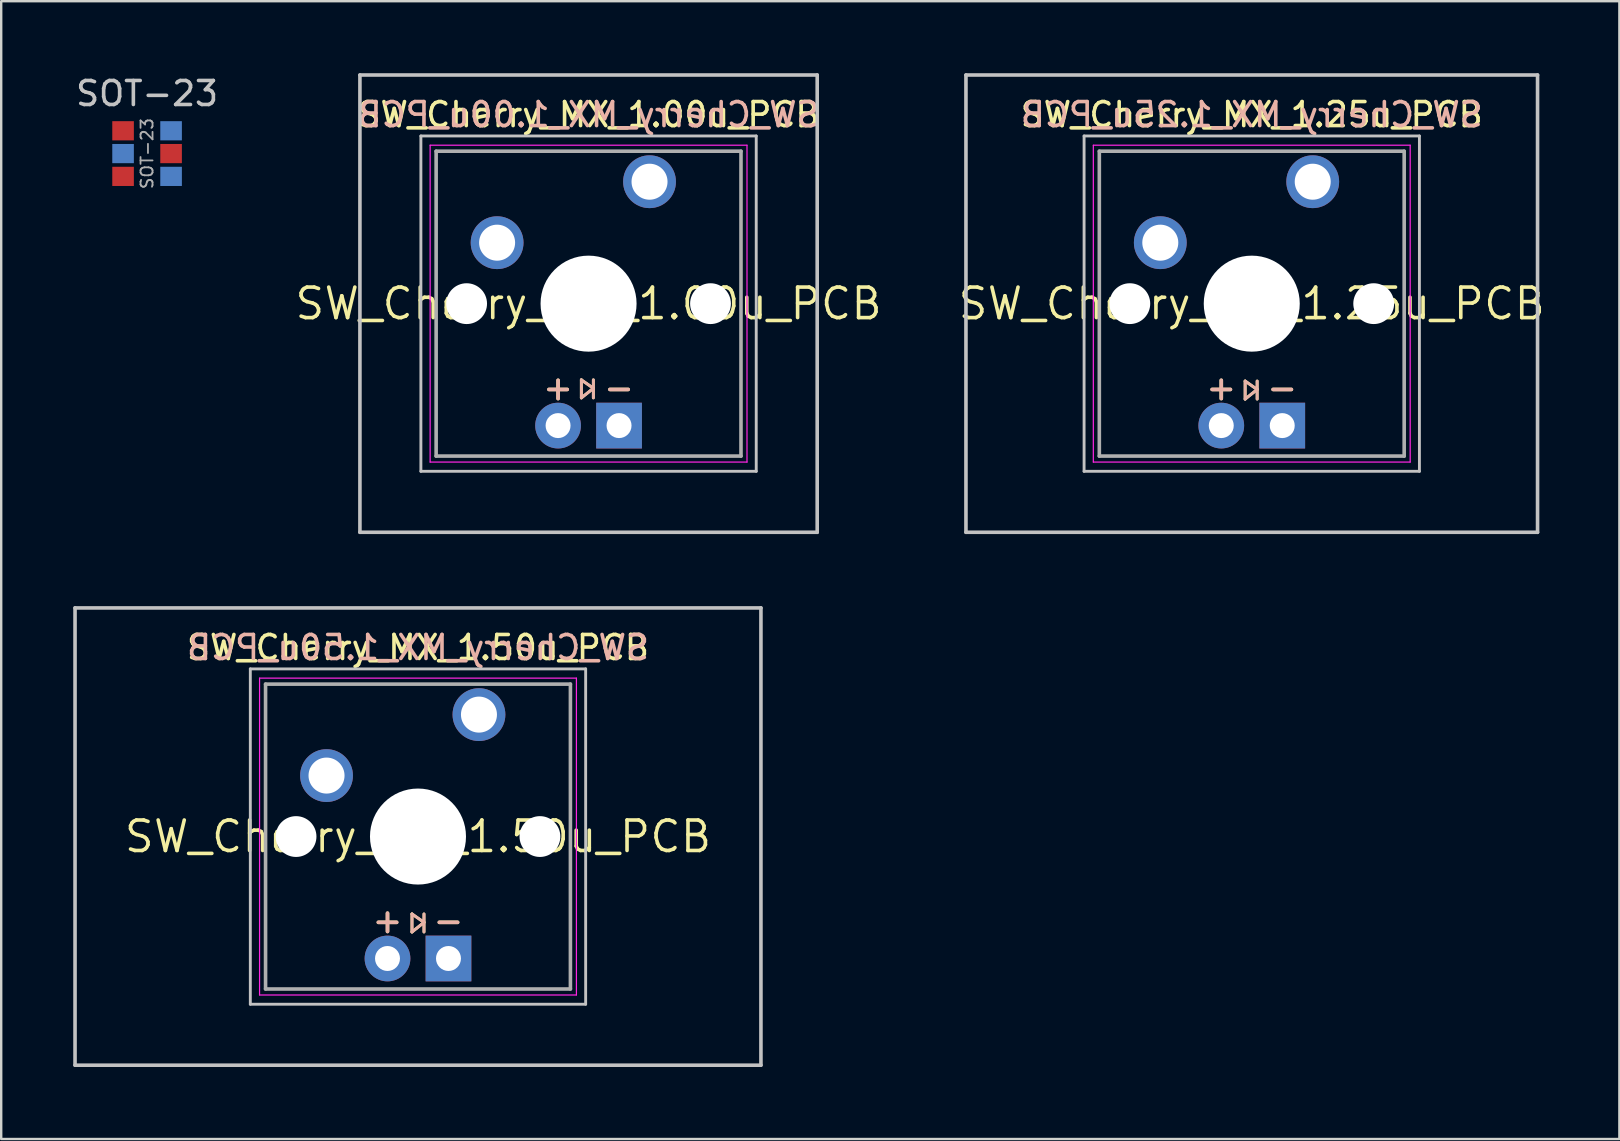
<source format=kicad_pcb>
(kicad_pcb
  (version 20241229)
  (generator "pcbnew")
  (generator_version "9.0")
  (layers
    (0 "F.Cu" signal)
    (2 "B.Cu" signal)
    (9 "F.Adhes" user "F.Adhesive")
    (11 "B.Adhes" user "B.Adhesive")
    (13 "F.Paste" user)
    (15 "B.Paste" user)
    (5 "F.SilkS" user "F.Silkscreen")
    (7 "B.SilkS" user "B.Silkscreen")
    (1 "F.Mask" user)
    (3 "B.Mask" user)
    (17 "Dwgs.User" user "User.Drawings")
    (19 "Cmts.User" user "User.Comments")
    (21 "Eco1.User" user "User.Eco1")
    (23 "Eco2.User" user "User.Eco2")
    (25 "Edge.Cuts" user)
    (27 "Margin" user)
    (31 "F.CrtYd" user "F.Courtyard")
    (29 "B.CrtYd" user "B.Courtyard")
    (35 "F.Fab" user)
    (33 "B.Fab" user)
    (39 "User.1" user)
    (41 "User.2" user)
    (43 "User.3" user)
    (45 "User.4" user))
  (footprint "SW_Cherry_MX_1.50u_PCB"
    (layer "F.Cu")
    (at 14.363 31.8)
    (property "Reference" "SW_Cherry_MX_1.50u_PCB" (at 0 0 0) (layer "F.SilkS") (effects (font (size 1.27 1.27) (thickness 0.15))))
    (attr through_hole)
    (fp_line (start -0.25 3.225) (end -0.25 3.975) (stroke (width 0.12) (type solid)) (layer "F.SilkS"))
    (fp_line (start -0.25 3.975) (end 0.25 3.575) (stroke (width 0.12) (type solid)) (layer "F.SilkS"))
    (fp_line (start 0.25 3.225) (end 0.25 3.975) (stroke (width 0.12) (type solid)) (layer "F.SilkS"))
    (fp_line (start 0.25 3.575) (end -0.25 3.225) (stroke (width 0.12) (type solid)) (layer "F.SilkS"))
    (fp_line (start -0.25 3.225) (end -0.25 3.975) (stroke (width 0.12) (type solid)) (layer "B.SilkS"))
    (fp_line (start -0.25 3.975) (end 0.25 3.575) (stroke (width 0.12) (type solid)) (layer "B.SilkS"))
    (fp_line (start 0.25 3.225) (end 0.25 3.975) (stroke (width 0.12) (type solid)) (layer "B.SilkS"))
    (fp_line (start 0.25 3.575) (end -0.25 3.225) (stroke (width 0.12) (type solid)) (layer "B.SilkS"))
    (fp_line (start -14.287 -9.525) (end 14.287 -9.525) (stroke (width 0.15) (type solid)) (layer "Dwgs.User"))
    (fp_line (start -14.287 9.525) (end -14.287 -9.525) (stroke (width 0.15) (type solid)) (layer "Dwgs.User"))
    (fp_line (start -6.985 -6.985) (end 6.985 -6.985) (stroke (width 0.12) (type solid)) (layer "Dwgs.User"))
    (fp_line (start -6.985 6.985) (end -6.985 -6.985) (stroke (width 0.12) (type solid)) (layer "Dwgs.User"))
    (fp_line (start 6.985 -6.985) (end 6.985 6.985) (stroke (width 0.12) (type solid)) (layer "Dwgs.User"))
    (fp_line (start 6.985 6.985) (end -6.985 6.985) (stroke (width 0.12) (type solid)) (layer "Dwgs.User"))
    (fp_line (start 14.287 -9.525) (end 14.287 9.525) (stroke (width 0.15) (type solid)) (layer "Dwgs.User"))
    (fp_line (start 14.287 9.525) (end -14.287 9.525) (stroke (width 0.15) (type solid)) (layer "Dwgs.User"))
    (fp_line (start -6.985 -6.985) (end 6.985 -6.985) (stroke (width 0.05) (type solid)) (layer "Eco1.User"))
    (fp_line (start -6.985 6.985) (end -6.985 -6.985) (stroke (width 0.05) (type solid)) (layer "Eco1.User"))
    (fp_line (start 6.985 -6.985) (end 6.985 6.985) (stroke (width 0.05) (type solid)) (layer "Eco1.User"))
    (fp_line (start 6.985 6.985) (end -6.985 6.985) (stroke (width 0.05) (type solid)) (layer "Eco1.User"))
    (fp_line (start -6.6 -6.6) (end 6.6 -6.6) (stroke (width 0.05) (type solid)) (layer "F.CrtYd"))
    (fp_line (start -6.6 6.6) (end -6.6 -6.6) (stroke (width 0.05) (type solid)) (layer "F.CrtYd"))
    (fp_line (start 6.6 -6.6) (end 6.6 6.6) (stroke (width 0.05) (type solid)) (layer "F.CrtYd"))
    (fp_line (start 6.6 6.6) (end -6.6 6.6) (stroke (width 0.05) (type solid)) (layer "F.CrtYd"))
    (fp_line (start -6.35 -6.35) (end 6.35 -6.35) (stroke (width 0.15) (type solid)) (layer "F.Fab"))
    (fp_line (start -6.35 6.35) (end -6.35 -6.35) (stroke (width 0.15) (type solid)) (layer "F.Fab"))
    (fp_line (start 6.35 -6.35) (end 6.35 6.35) (stroke (width 0.15) (type solid)) (layer "F.Fab"))
    (fp_line (start 6.35 6.35) (end -6.35 6.35) (stroke (width 0.15) (type solid)) (layer "F.Fab"))
    (fp_text user "-" (at 1.27 3.5 0) (layer "F.SilkS") (effects (font (size 1 1) (thickness 0.15))))
    (fp_text user "+" (at -1.27 3.5 0) (layer "F.SilkS") (effects (font (size 1 1) (thickness 0.15))))
    (fp_text user "${REFERENCE}" (at 0 -7.874 0) (layer "F.SilkS") (effects (font (size 1 1) (thickness 0.15))))
    (fp_text user "-" (at 1.27 3.5 0) (layer "B.SilkS") (effects (font (size 1 1) (thickness 0.15))))
    (fp_text user "+" (at -1.27 3.5 0) (layer "B.SilkS") (effects (font (size 1 1) (thickness 0.15))))
    (fp_text user "${REFERENCE}" (at 0 -7.874 0) (layer "B.SilkS") (effects (font (size 1 1) (thickness 0.15)) (justify mirror)))
    (pad "" np_thru_hole circle (at -5.08 0) (size 1.7 1.7) (drill 1.7) (layers "*.Cu" "*.Mask"))
    (pad "" np_thru_hole circle (at 0 0) (size 4 4) (drill 4) (layers "*.Cu" "*.Mask"))
    (pad "" np_thru_hole circle (at 5.08 0) (size 1.7 1.7) (drill 1.7) (layers "*.Cu" "*.Mask"))
    (pad "1" thru_hole circle (at 2.54 -5.08) (size 2.2 2.2) (drill 1.5) (layers "*.Cu" "*.Mask"))
    (pad "2" thru_hole circle (at -3.81 -2.54) (size 2.2 2.2) (drill 1.5) (layers "*.Cu" "*.Mask"))
    (pad "3" thru_hole circle (at -1.27 5.08) (size 1.905 1.905) (drill 1.04) (layers "*.Cu" "*.Mask"))
    (pad "4" thru_hole rect (at 1.27 5.08) (size 1.905 1.905) (drill 1.04) (layers "*.Cu" "*.Mask")))
  (footprint "SW_Cherry_MX_1.25u_PCB"
    (layer "F.Cu")
    (at 49.097 9.6)
    (property "Reference" "SW_Cherry_MX_1.25u_PCB" (at 0 0 0) (layer "F.SilkS") (effects (font (size 1.27 1.27) (thickness 0.15))))
    (attr through_hole)
    (fp_line (start -0.275 3.225) (end -0.275 3.975) (stroke (width 0.12) (type solid)) (layer "F.SilkS"))
    (fp_line (start -0.275 3.975) (end 0.225 3.575) (stroke (width 0.12) (type solid)) (layer "F.SilkS"))
    (fp_line (start 0.225 3.225) (end 0.225 3.975) (stroke (width 0.12) (type solid)) (layer "F.SilkS"))
    (fp_line (start 0.225 3.575) (end -0.275 3.225) (stroke (width 0.12) (type solid)) (layer "F.SilkS"))
    (fp_line (start -0.275 3.225) (end -0.275 3.975) (stroke (width 0.12) (type solid)) (layer "B.SilkS"))
    (fp_line (start -0.275 3.975) (end 0.225 3.575) (stroke (width 0.12) (type solid)) (layer "B.SilkS"))
    (fp_line (start 0.225 3.225) (end 0.225 3.975) (stroke (width 0.12) (type solid)) (layer "B.SilkS"))
    (fp_line (start 0.225 3.575) (end -0.275 3.225) (stroke (width 0.12) (type solid)) (layer "B.SilkS"))
    (fp_line (start -11.906 -9.525) (end 11.906 -9.525) (stroke (width 0.15) (type solid)) (layer "Dwgs.User"))
    (fp_line (start -11.906 9.525) (end -11.906 -9.525) (stroke (width 0.15) (type solid)) (layer "Dwgs.User"))
    (fp_line (start -11.906 9.525) (end 11.906 9.525) (stroke (width 0.15) (type solid)) (layer "Dwgs.User"))
    (fp_line (start -6.985 -6.985) (end 6.985 -6.985) (stroke (width 0.12) (type solid)) (layer "Dwgs.User"))
    (fp_line (start -6.985 6.985) (end -6.985 -6.985) (stroke (width 0.12) (type solid)) (layer "Dwgs.User"))
    (fp_line (start 6.985 -6.985) (end 6.985 6.985) (stroke (width 0.12) (type solid)) (layer "Dwgs.User"))
    (fp_line (start 6.985 6.985) (end -6.985 6.985) (stroke (width 0.12) (type solid)) (layer "Dwgs.User"))
    (fp_line (start 11.906 -9.525) (end 11.906 9.525) (stroke (width 0.15) (type solid)) (layer "Dwgs.User"))
    (fp_line (start -6.985 -6.985) (end 6.985 -6.985) (stroke (width 0.05) (type solid)) (layer "Eco1.User"))
    (fp_line (start -6.985 6.985) (end -6.985 -6.985) (stroke (width 0.05) (type solid)) (layer "Eco1.User"))
    (fp_line (start 6.985 -6.985) (end 6.985 6.985) (stroke (width 0.05) (type solid)) (layer "Eco1.User"))
    (fp_line (start 6.985 6.985) (end -6.985 6.985) (stroke (width 0.05) (type solid)) (layer "Eco1.User"))
    (fp_line (start -6.6 -6.6) (end 6.6 -6.6) (stroke (width 0.05) (type solid)) (layer "F.CrtYd"))
    (fp_line (start -6.6 6.6) (end -6.6 -6.6) (stroke (width 0.05) (type solid)) (layer "F.CrtYd"))
    (fp_line (start 6.6 -6.6) (end 6.6 6.6) (stroke (width 0.05) (type solid)) (layer "F.CrtYd"))
    (fp_line (start 6.6 6.6) (end -6.6 6.6) (stroke (width 0.05) (type solid)) (layer "F.CrtYd"))
    (fp_line (start -6.35 -6.35) (end 6.35 -6.35) (stroke (width 0.15) (type solid)) (layer "F.Fab"))
    (fp_line (start -6.35 6.35) (end -6.35 -6.35) (stroke (width 0.15) (type solid)) (layer "F.Fab"))
    (fp_line (start 6.35 -6.35) (end 6.35 6.35) (stroke (width 0.15) (type solid)) (layer "F.Fab"))
    (fp_line (start 6.35 6.35) (end -6.35 6.35) (stroke (width 0.15) (type solid)) (layer "F.Fab"))
    (fp_text user "+" (at -1.27 3.5 0) (layer "F.SilkS") (effects (font (size 1 1) (thickness 0.15))))
    (fp_text user "${REFERENCE}" (at 0 -7.874 0) (layer "F.SilkS") (effects (font (size 1 1) (thickness 0.15))))
    (fp_text user "-" (at 1.27 3.5 0) (layer "F.SilkS") (effects (font (size 1 1) (thickness 0.15))))
    (fp_text user "${REFERENCE}" (at 0 -7.874 0) (layer "B.SilkS") (effects (font (size 1 1) (thickness 0.15)) (justify mirror)))
    (fp_text user "+" (at -1.27 3.5 0) (layer "B.SilkS") (effects (font (size 1 1) (thickness 0.15))))
    (fp_text user "-" (at 1.27 3.5 0) (layer "B.SilkS") (effects (font (size 1 1) (thickness 0.15))))
    (pad "" np_thru_hole circle (at -5.08 0) (size 1.7 1.7) (drill 1.7) (layers "*.Cu" "*.Mask"))
    (pad "" np_thru_hole circle (at 0 0) (size 4 4) (drill 4) (layers "*.Cu" "*.Mask"))
    (pad "" np_thru_hole circle (at 5.08 0) (size 1.7 1.7) (drill 1.7) (layers "*.Cu" "*.Mask"))
    (pad "1" thru_hole circle (at 2.54 -5.08) (size 2.2 2.2) (drill 1.5) (layers "*.Cu" "*.Mask"))
    (pad "2" thru_hole circle (at -3.81 -2.54) (size 2.2 2.2) (drill 1.5) (layers "*.Cu" "*.Mask"))
    (pad "3" thru_hole circle (at -1.27 5.08) (size 1.905 1.905) (drill 1.04) (layers "*.Cu" "*.Mask"))
    (pad "4" thru_hole rect (at 1.27 5.08) (size 1.905 1.905) (drill 1.04) (layers "*.Cu" "*.Mask")))
  (footprint "SW_Cherry_MX_1.00u_PCB"
    (layer "F.Cu")
    (at 21.469 9.6)
    (property "Reference" "SW_Cherry_MX_1.00u_PCB" (at 0 0 0) (layer "F.SilkS") (effects (font (size 1.27 1.27) (thickness 0.15))))
    (attr through_hole)
    (fp_line (start -0.3 3.175) (end -0.3 3.925) (stroke (width 0.12) (type solid)) (layer "F.SilkS"))
    (fp_line (start -0.3 3.925) (end 0.2 3.525) (stroke (width 0.12) (type solid)) (layer "F.SilkS"))
    (fp_line (start 0.2 3.175) (end 0.2 3.925) (stroke (width 0.12) (type solid)) (layer "F.SilkS"))
    (fp_line (start 0.2 3.525) (end -0.3 3.175) (stroke (width 0.12) (type solid)) (layer "F.SilkS"))
    (fp_line (start -0.3 3.175) (end -0.3 3.925) (stroke (width 0.12) (type solid)) (layer "B.SilkS"))
    (fp_line (start -0.3 3.925) (end 0.2 3.525) (stroke (width 0.12) (type solid)) (layer "B.SilkS"))
    (fp_line (start 0.2 3.175) (end 0.2 3.925) (stroke (width 0.12) (type solid)) (layer "B.SilkS"))
    (fp_line (start 0.2 3.525) (end -0.3 3.175) (stroke (width 0.12) (type solid)) (layer "B.SilkS"))
    (fp_line (start -9.525 -9.525) (end 9.525 -9.525) (stroke (width 0.15) (type solid)) (layer "Dwgs.User"))
    (fp_line (start -9.525 9.525) (end -9.525 -9.525) (stroke (width 0.15) (type solid)) (layer "Dwgs.User"))
    (fp_line (start -6.985 -6.985) (end 6.985 -6.985) (stroke (width 0.12) (type solid)) (layer "Dwgs.User"))
    (fp_line (start -6.985 6.985) (end -6.985 -6.985) (stroke (width 0.12) (type solid)) (layer "Dwgs.User"))
    (fp_line (start 6.985 -6.985) (end 6.985 6.985) (stroke (width 0.12) (type solid)) (layer "Dwgs.User"))
    (fp_line (start 6.985 6.985) (end -6.985 6.985) (stroke (width 0.12) (type solid)) (layer "Dwgs.User"))
    (fp_line (start 9.525 -9.525) (end 9.525 9.525) (stroke (width 0.15) (type solid)) (layer "Dwgs.User"))
    (fp_line (start 9.525 9.525) (end -9.525 9.525) (stroke (width 0.15) (type solid)) (layer "Dwgs.User"))
    (fp_line (start -6.985 -6.985) (end 6.985 -6.985) (stroke (width 0.05) (type solid)) (layer "Eco1.User"))
    (fp_line (start -6.985 6.985) (end -6.985 -6.985) (stroke (width 0.05) (type solid)) (layer "Eco1.User"))
    (fp_line (start 6.985 -6.985) (end 6.985 6.985) (stroke (width 0.05) (type solid)) (layer "Eco1.User"))
    (fp_line (start 6.985 6.985) (end -6.985 6.985) (stroke (width 0.05) (type solid)) (layer "Eco1.User"))
    (fp_line (start -6.6 -6.6) (end 6.6 -6.6) (stroke (width 0.05) (type solid)) (layer "F.CrtYd"))
    (fp_line (start -6.6 6.6) (end -6.6 -6.6) (stroke (width 0.05) (type solid)) (layer "F.CrtYd"))
    (fp_line (start 6.6 -6.6) (end 6.6 6.6) (stroke (width 0.05) (type solid)) (layer "F.CrtYd"))
    (fp_line (start 6.6 6.6) (end -6.6 6.6) (stroke (width 0.05) (type solid)) (layer "F.CrtYd"))
    (fp_line (start -6.35 -6.35) (end 6.35 -6.35) (stroke (width 0.15) (type solid)) (layer "F.Fab"))
    (fp_line (start -6.35 6.35) (end -6.35 -6.35) (stroke (width 0.15) (type solid)) (layer "F.Fab"))
    (fp_line (start 6.35 -6.35) (end 6.35 6.35) (stroke (width 0.15) (type solid)) (layer "F.Fab"))
    (fp_line (start 6.35 6.35) (end -6.35 6.35) (stroke (width 0.15) (type solid)) (layer "F.Fab"))
    (fp_text user "+" (at -1.27 3.5 0) (layer "F.SilkS") (effects (font (size 1 1) (thickness 0.15))))
    (fp_text user "${REFERENCE}" (at 0 -7.874 0) (layer "F.SilkS") (effects (font (size 1 1) (thickness 0.15))))
    (fp_text user "-" (at 1.27 3.5 0) (layer "F.SilkS") (effects (font (size 1 1) (thickness 0.15))))
    (fp_text user "-" (at 1.27 3.5 0) (layer "B.SilkS") (effects (font (size 1 1) (thickness 0.15))))
    (fp_text user "+" (at -1.27 3.5 0) (layer "B.SilkS") (effects (font (size 1 1) (thickness 0.15))))
    (fp_text user "${REFERENCE}" (at 0 -7.874 0) (layer "B.SilkS") (effects (font (size 1 1) (thickness 0.15)) (justify mirror)))
    (pad "" np_thru_hole circle (at -5.08 0) (size 1.7 1.7) (drill 1.7) (layers "*.Cu" "*.Mask"))
    (pad "" np_thru_hole circle (at 0 0) (size 4 4) (drill 4) (layers "*.Cu" "*.Mask"))
    (pad "" np_thru_hole circle (at 5.08 0) (size 1.7 1.7) (drill 1.7) (layers "*.Cu" "*.Mask"))
    (pad "1" thru_hole circle (at 2.54 -5.08) (size 2.2 2.2) (drill 1.5) (layers "*.Cu" "*.Mask"))
    (pad "2" thru_hole circle (at -3.81 -2.54) (size 2.2 2.2) (drill 1.5) (layers "*.Cu" "*.Mask"))
    (pad "3" thru_hole circle (at -1.27 5.08) (size 1.905 1.905) (drill 1.04) (layers "*.Cu" "*.Mask"))
    (pad "4" thru_hole rect (at 1.27 5.08) (size 1.905 1.905) (drill 1.04) (layers "*.Cu" "*.Mask")))
  (footprint "SOT-23"
    (layer "F.Cu")
    (at 3.077 3.348)
    (property "Reference" "SOT-23" (at 0 -2.5 180) (layer "Dwgs.User") (effects (font (size 1 1) (thickness 0.15))))
    (attr smd)
    (fp_text user "${REFERENCE}" (at 0 0 270) (layer "F.Fab") (effects (font (size 0.5 0.5) (thickness 0.075))))
    (pad "1" smd rect (at -1 -0.95) (size 0.9 0.8) (layers "F.Cu" "F.Mask" "F.Paste"))
    (pad "1" smd rect (at 1 -0.95) (size 0.9 0.8) (layers "B.Cu" "B.Mask" "B.Paste"))
    (pad "2" smd rect (at -1 0.95) (size 0.9 0.8) (layers "F.Cu" "F.Mask" "F.Paste"))
    (pad "2" smd rect (at 1 0.95) (size 0.9 0.8) (layers "B.Cu" "B.Mask" "B.Paste"))
    (pad "3" smd rect (at -1 0) (size 0.9 0.8) (layers "B.Cu" "B.Mask" "B.Paste"))
    (pad "3" smd rect (at 1 0) (size 0.9 0.8) (layers "F.Cu" "F.Mask" "F.Paste")))
  (gr_rect
    (start -3 -3)
    (end 64.412 44.4)
    (stroke (width 0.1) (type default))
    (fill no)
    (layer "Edge.Cuts")))
</source>
